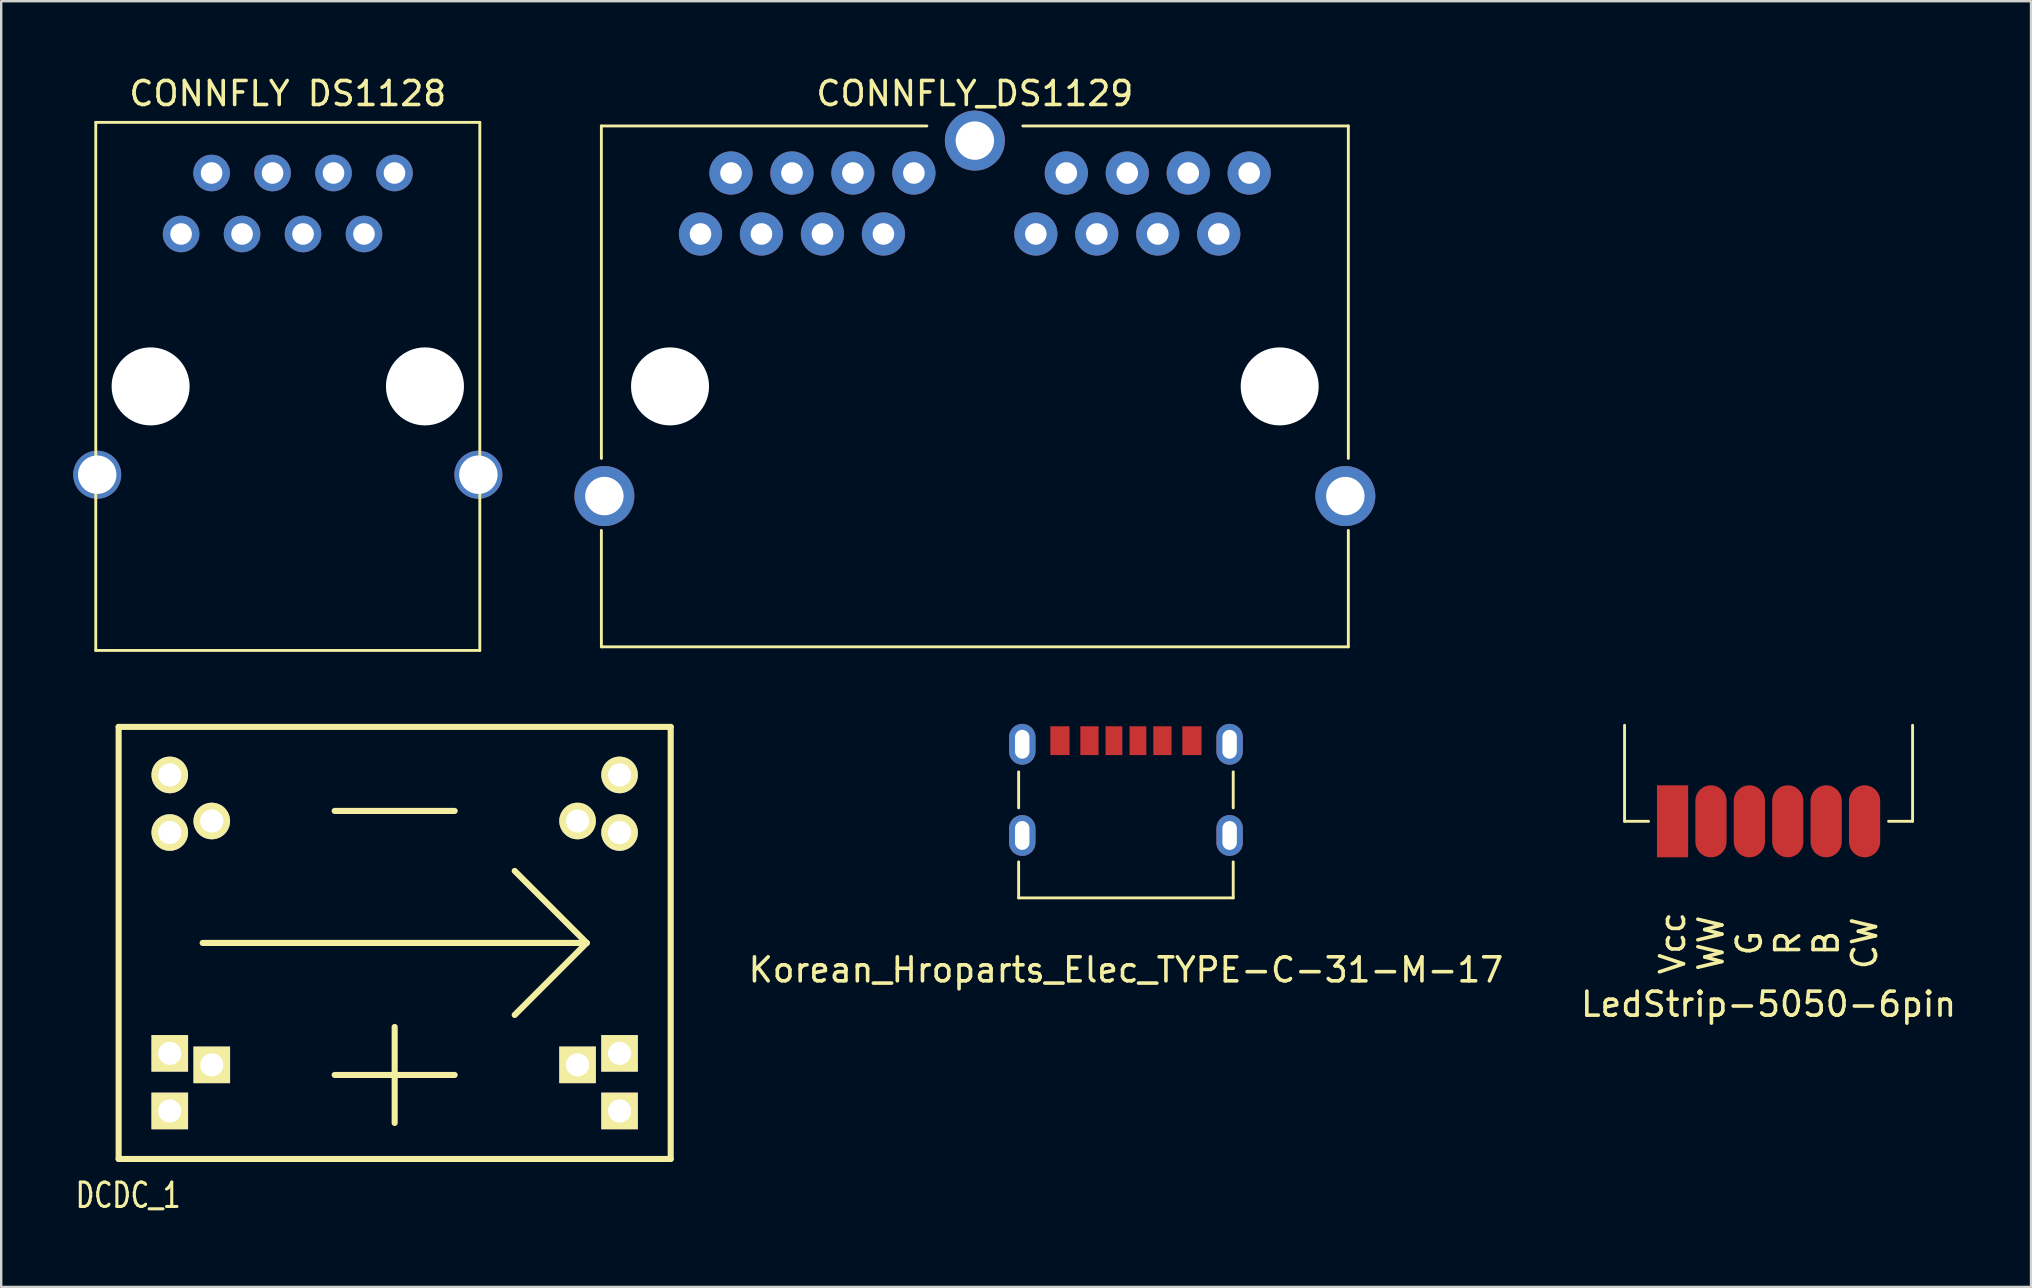
<source format=kicad_pcb>
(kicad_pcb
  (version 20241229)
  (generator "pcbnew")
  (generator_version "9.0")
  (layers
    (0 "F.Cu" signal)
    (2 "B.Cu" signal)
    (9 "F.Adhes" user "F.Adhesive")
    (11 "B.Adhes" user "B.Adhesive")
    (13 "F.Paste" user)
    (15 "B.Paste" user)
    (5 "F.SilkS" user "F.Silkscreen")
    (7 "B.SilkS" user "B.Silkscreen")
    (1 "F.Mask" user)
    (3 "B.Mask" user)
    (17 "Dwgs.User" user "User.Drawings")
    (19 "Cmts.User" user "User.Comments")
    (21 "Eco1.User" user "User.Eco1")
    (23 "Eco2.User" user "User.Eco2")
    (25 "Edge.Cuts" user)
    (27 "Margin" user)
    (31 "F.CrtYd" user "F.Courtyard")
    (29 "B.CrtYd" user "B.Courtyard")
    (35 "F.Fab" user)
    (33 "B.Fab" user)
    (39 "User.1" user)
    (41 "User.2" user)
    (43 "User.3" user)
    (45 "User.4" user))
  (footprint "LedStrip-5050-6pin"
    (layer "F.Cu")
    (at 70.633 31.168)
    (property "Reference" "LedStrip-5050-6pin" (at 0 7.62 0) (layer "F.SilkS") (effects (font (size 1 1) (thickness 0.15))))
    (attr smd)
    (fp_line (start -6 0) (end -6 -4) (stroke (width 0.12) (type solid)) (layer "F.SilkS"))
    (fp_line (start -6 0) (end -5 0) (stroke (width 0.12) (type solid)) (layer "F.SilkS"))
    (fp_line (start 6 0) (end 5 0) (stroke (width 0.12) (type solid)) (layer "F.SilkS"))
    (fp_line (start 6 0) (end 6 -4) (stroke (width 0.12) (type solid)) (layer "F.SilkS"))
    (fp_text user "Vcc" (at -4 5.08 90) (layer "F.SilkS") (effects (font (size 1 1) (thickness 0.15))))
    (fp_text user "R" (at 0.8 5.08 90) (layer "F.SilkS") (effects (font (size 1 1) (thickness 0.15))))
    (fp_text user "B" (at 2.4 5.08 90) (layer "F.SilkS") (effects (font (size 1 1) (thickness 0.15))))
    (fp_text user "G" (at -0.8 5.08 270) (layer "F.SilkS") (effects (font (size 1 1) (thickness 0.15))))
    (fp_text user "CW" (at 4 5.08 90) (layer "F.SilkS") (effects (font (size 1 1) (thickness 0.15))))
    (fp_text user "WW" (at -2.4 5.08 90) (layer "F.SilkS") (effects (font (size 1 1) (thickness 0.15))))
    (pad "1" smd rect (at -4 0) (size 1.3 3) (layers "F.Cu" "F.Mask" "F.Paste"))
    (pad "2" smd oval (at -2.4 0) (size 1.3 3) (layers "F.Cu" "F.Mask" "F.Paste"))
    (pad "3" smd oval (at -0.8 0) (size 1.3 3) (layers "F.Cu" "F.Mask" "F.Paste"))
    (pad "4" smd oval (at 0.8 0) (size 1.3 3) (layers "F.Cu" "F.Mask" "F.Paste"))
    (pad "5" smd oval (at 2.4 0) (size 1.3 3) (layers "F.Cu" "F.Mask" "F.Paste"))
    (pad "6" smd oval (at 4 0) (size 1.3 3) (layers "F.Cu" "F.Mask" "F.Paste")))
  (footprint "DCDC_1"
    (layer "F.Cu")
    (at 13.393 36.235)
    (property "Reference" "DCDC_1" (at -11.102 10.516 0) (layer "F.SilkS") (effects (font (size 1.016 0.762) (thickness 0.127))))
    (attr through_hole)
    (fp_line (start -11.5 -9) (end 11.5 -9) (stroke (width 0.254) (type solid)) (layer "F.SilkS"))
    (fp_line (start -11.5 9) (end -11.5 -9) (stroke (width 0.254) (type solid)) (layer "F.SilkS"))
    (fp_line (start -8 0) (end 8 0) (stroke (width 0.254) (type solid)) (layer "F.SilkS"))
    (fp_line (start -2.5 -5.5) (end 2.5 -5.5) (stroke (width 0.254) (type solid)) (layer "F.SilkS"))
    (fp_line (start -2.5 5.5) (end 2.5 5.5) (stroke (width 0.254) (type solid)) (layer "F.SilkS"))
    (fp_line (start 0 3.5) (end 0 7.5) (stroke (width 0.254) (type solid)) (layer "F.SilkS"))
    (fp_line (start 8 0) (end 5 -3) (stroke (width 0.254) (type solid)) (layer "F.SilkS"))
    (fp_line (start 8 0) (end 5 3) (stroke (width 0.254) (type solid)) (layer "F.SilkS"))
    (fp_line (start 11.5 -9) (end 11.5 9) (stroke (width 0.254) (type solid)) (layer "F.SilkS"))
    (fp_line (start 11.5 9) (end -11.5 9) (stroke (width 0.254) (type solid)) (layer "F.SilkS"))
    (pad "1" thru_hole rect (at -9.37 4.6) (size 1.524 1.524) (drill 0.965) (layers "*.Cu" "*.Mask" "F.SilkS"))
    (pad "1" thru_hole rect (at -9.37 7) (size 1.524 1.524) (drill 0.965) (layers "*.Cu" "*.Mask" "F.SilkS"))
    (pad "1" thru_hole rect (at -7.62 5.08) (size 1.524 1.524) (drill 0.965) (layers "*.Cu" "*.Mask" "F.SilkS"))
    (pad "2" thru_hole rect (at 7.62 5.08) (size 1.524 1.524) (drill 0.965) (layers "*.Cu" "*.Mask" "F.SilkS"))
    (pad "2" thru_hole rect (at 9.37 4.6) (size 1.524 1.524) (drill 0.965) (layers "*.Cu" "*.Mask" "F.SilkS"))
    (pad "2" thru_hole rect (at 9.37 7) (size 1.524 1.524) (drill 0.965) (layers "*.Cu" "*.Mask" "F.SilkS"))
    (pad "3" thru_hole circle (at -9.37 -7) (size 1.524 1.524) (drill 0.965) (layers "*.Cu" "*.Mask" "F.SilkS"))
    (pad "3" thru_hole circle (at -9.37 -4.6) (size 1.524 1.524) (drill 0.965) (layers "*.Cu" "*.Mask" "F.SilkS"))
    (pad "3" thru_hole circle (at -7.62 -5.08) (size 1.524 1.524) (drill 0.965) (layers "*.Cu" "*.Mask" "F.SilkS"))
    (pad "3" thru_hole circle (at 7.62 -5.08) (size 1.524 1.524) (drill 0.965) (layers "*.Cu" "*.Mask" "F.SilkS"))
    (pad "3" thru_hole circle (at 9.37 -7) (size 1.524 1.524) (drill 0.965) (layers "*.Cu" "*.Mask" "F.SilkS"))
    (pad "3" thru_hole circle (at 9.37 -4.6) (size 1.524 1.524) (drill 0.965) (layers "*.Cu" "*.Mask" "F.SilkS")))
  (footprint "Korean_Hroparts_Elec_TYPE-C-31-M-17"
    (layer "F.Cu")
    (at 43.859 27.808)
    (property "Reference" "Korean_Hroparts_Elec_TYPE-C-31-M-17" (at 0 9.55 0) (layer "F.SilkS") (effects (font (size 1 1) (thickness 0.15))))
    (attr through_hole)
    (fp_line (start -4.47 1.3) (end -4.47 2.8) (stroke (width 0.12) (type solid)) (layer "F.SilkS"))
    (fp_line (start -4.47 6.55) (end -4.47 5.05) (stroke (width 0.12) (type solid)) (layer "F.SilkS"))
    (fp_line (start 4.47 1.3) (end 4.47 2.8) (stroke (width 0.12) (type solid)) (layer "F.SilkS"))
    (fp_line (start 4.47 5.05) (end 4.47 6.55) (stroke (width 0.12) (type solid)) (layer "F.SilkS"))
    (fp_line (start 4.47 6.55) (end -4.47 6.55) (stroke (width 0.12) (type solid)) (layer "F.SilkS"))
    (pad "" thru_hole oval (at -4.32 0.15) (size 1.1 1.7) (drill oval 0.6 1.2) (layers "*.Cu" "*.Mask"))
    (pad "" thru_hole oval (at -4.32 3.95) (size 1.1 1.7) (drill oval 0.6 1.2) (layers "*.Cu" "*.Mask"))
    (pad "" thru_hole oval (at 4.32 0.15) (size 1.1 1.7) (drill oval 0.6 1.2) (layers "*.Cu" "*.Mask"))
    (pad "" thru_hole oval (at 4.32 3.95) (size 1.1 1.7) (drill oval 0.6 1.2) (layers "*.Cu" "*.Mask"))
    (pad "A5" smd rect (at -0.5 0) (size 0.7 1.2) (layers "F.Cu" "F.Mask" "F.Paste"))
    (pad "A9" smd rect (at 1.52 0) (size 0.76 1.2) (layers "F.Cu" "F.Mask" "F.Paste"))
    (pad "A12" smd rect (at 2.75 0) (size 0.8 1.2) (layers "F.Cu" "F.Mask" "F.Paste"))
    (pad "B5" smd rect (at 0.5 0) (size 0.7 1.2) (layers "F.Cu" "F.Mask" "F.Paste"))
    (pad "B9" smd rect (at -1.52 0) (size 0.76 1.2) (layers "F.Cu" "F.Mask" "F.Paste"))
    (pad "B12" smd rect (at -2.75 0) (size 0.8 1.2) (layers "F.Cu" "F.Mask" "F.Paste")))
  (footprint "CONNFLY DS1128"
    (layer "F.Cu")
    (at 8.94 13.048)
    (property "Reference" "CONNFLY DS1128" (at 0 -12.2 0) (layer "F.SilkS") (effects (font (size 1 1) (thickness 0.15))))
    (attr through_hole)
    (fp_line (start -8 -11) (end 8 -11) (stroke (width 0.12) (type solid)) (layer "F.SilkS"))
    (fp_line (start -8 11) (end -8 -11) (stroke (width 0.12) (type solid)) (layer "F.SilkS"))
    (fp_line (start 8 -11) (end 8 11) (stroke (width 0.12) (type solid)) (layer "F.SilkS"))
    (fp_line (start 8 11) (end -8 11) (stroke (width 0.12) (type solid)) (layer "F.SilkS"))
    (pad "" thru_hole circle (at -7.94 3.68) (size 2 2) (drill 1.6) (layers "*.Cu" "*.Mask"))
    (pad "" np_thru_hole circle (at -5.715 0) (size 3.25 3.25) (drill 3.25) (layers "*.Cu" "*.Mask"))
    (pad "" np_thru_hole circle (at 5.715 0) (size 3.25 3.25) (drill 3.25) (layers "*.Cu" "*.Mask"))
    (pad "" thru_hole circle (at 7.94 3.68) (size 2 2) (drill 1.6) (layers "*.Cu" "*.Mask"))
    (pad "1" thru_hole circle (at -4.445 -6.35) (size 1.524 1.524) (drill 0.9) (layers "*.Cu" "*.Mask"))
    (pad "2" thru_hole circle (at -3.175 -8.89) (size 1.524 1.524) (drill 0.9) (layers "*.Cu" "*.Mask"))
    (pad "3" thru_hole circle (at -1.905 -6.35) (size 1.524 1.524) (drill 0.9) (layers "*.Cu" "*.Mask"))
    (pad "4" thru_hole circle (at -0.635 -8.89) (size 1.524 1.524) (drill 0.9) (layers "*.Cu" "*.Mask"))
    (pad "5" thru_hole circle (at 0.635 -6.35) (size 1.524 1.524) (drill 0.9) (layers "*.Cu" "*.Mask"))
    (pad "6" thru_hole circle (at 1.905 -8.89) (size 1.524 1.524) (drill 0.9) (layers "*.Cu" "*.Mask"))
    (pad "7" thru_hole circle (at 3.175 -6.35) (size 1.524 1.524) (drill 0.9) (layers "*.Cu" "*.Mask"))
    (pad "8" thru_hole circle (at 4.445 -8.89) (size 1.524 1.524) (drill 0.9) (layers "*.Cu" "*.Mask")))
  (footprint "CONNFLY_DS1129"
    (layer "F.Cu")
    (at 37.565 13.048)
    (property "Reference" "CONNFLY_DS1129" (at 0 -12.2 0) (layer "F.SilkS") (effects (font (size 1 1) (thickness 0.15))))
    (attr through_hole)
    (fp_line (start -15.56 3) (end -15.56 -10.85) (stroke (width 0.12) (type solid)) (layer "F.SilkS"))
    (fp_line (start -15.56 6) (end -15.56 10.85) (stroke (width 0.12) (type solid)) (layer "F.SilkS"))
    (fp_line (start -2 -10.85) (end -15.56 -10.85) (stroke (width 0.12) (type solid)) (layer "F.SilkS"))
    (fp_line (start 15.56 -10.85) (end 2 -10.85) (stroke (width 0.12) (type solid)) (layer "F.SilkS"))
    (fp_line (start 15.56 3) (end 15.56 -10.85) (stroke (width 0.12) (type solid)) (layer "F.SilkS"))
    (fp_line (start 15.56 10.85) (end -15.56 10.85) (stroke (width 0.12) (type solid)) (layer "F.SilkS"))
    (fp_line (start 15.56 10.85) (end 15.56 6) (stroke (width 0.12) (type solid)) (layer "F.SilkS"))
    (pad "" np_thru_hole circle (at -12.7 0) (size 3.25 3.25) (drill 3.25) (layers "*.Cu" "*.Mask"))
    (pad "" np_thru_hole circle (at 12.7 0) (size 3.25 3.25) (drill 3.25) (layers "*.Cu" "*.Mask"))
    (pad "1" thru_hole circle (at -11.43 -6.35) (size 1.8 1.8) (drill 0.9) (layers "*.Cu" "*.Mask"))
    (pad "2" thru_hole circle (at -10.16 -8.89) (size 1.8 1.8) (drill 0.9) (layers "*.Cu" "*.Mask"))
    (pad "3" thru_hole circle (at -8.89 -6.35) (size 1.8 1.8) (drill 0.9) (layers "*.Cu" "*.Mask"))
    (pad "4" thru_hole circle (at -7.62 -8.89) (size 1.8 1.8) (drill 0.9) (layers "*.Cu" "*.Mask"))
    (pad "5" thru_hole circle (at -6.35 -6.35) (size 1.8 1.8) (drill 0.9) (layers "*.Cu" "*.Mask"))
    (pad "6" thru_hole circle (at -5.08 -8.89) (size 1.8 1.8) (drill 0.9) (layers "*.Cu" "*.Mask"))
    (pad "7" thru_hole circle (at -3.81 -6.35) (size 1.8 1.8) (drill 0.9) (layers "*.Cu" "*.Mask"))
    (pad "8" thru_hole circle (at -2.54 -8.89) (size 1.8 1.8) (drill 0.9) (layers "*.Cu" "*.Mask"))
    (pad "9" thru_hole circle (at 2.54 -6.35) (size 1.8 1.8) (drill 0.9) (layers "*.Cu" "*.Mask"))
    (pad "10" thru_hole circle (at 3.81 -8.89) (size 1.8 1.8) (drill 0.9) (layers "*.Cu" "*.Mask"))
    (pad "11" thru_hole circle (at 5.08 -6.35) (size 1.8 1.8) (drill 0.9) (layers "*.Cu" "*.Mask"))
    (pad "12" thru_hole circle (at 6.35 -8.89) (size 1.8 1.8) (drill 0.9) (layers "*.Cu" "*.Mask"))
    (pad "13" thru_hole circle (at 7.62 -6.35) (size 1.8 1.8) (drill 0.9) (layers "*.Cu" "*.Mask"))
    (pad "14" thru_hole circle (at 8.89 -8.89) (size 1.8 1.8) (drill 0.9) (layers "*.Cu" "*.Mask"))
    (pad "15" thru_hole circle (at 10.16 -6.35) (size 1.8 1.8) (drill 0.9) (layers "*.Cu" "*.Mask"))
    (pad "16" thru_hole circle (at 11.43 -8.89) (size 1.8 1.8) (drill 0.9) (layers "*.Cu" "*.Mask"))
    (pad "SH" thru_hole circle (at 0 -10.24) (size 2.5 2.5) (drill 1.6) (layers "*.Cu" "*.Mask"))
    (pad "SH0" thru_hole circle (at 15.435 4.57) (size 2.5 2.5) (drill 1.6) (layers "*.Cu" "*.Mask"))
    (pad "SH1" thru_hole circle (at -15.435 4.57) (size 2.5 2.5) (drill 1.6) (layers "*.Cu" "*.Mask")))
  (gr_rect
    (start -3 -3)
    (end 81.568 50.568)
    (stroke (width 0.1) (type default))
    (fill no)
    (layer "Edge.Cuts")))
</source>
